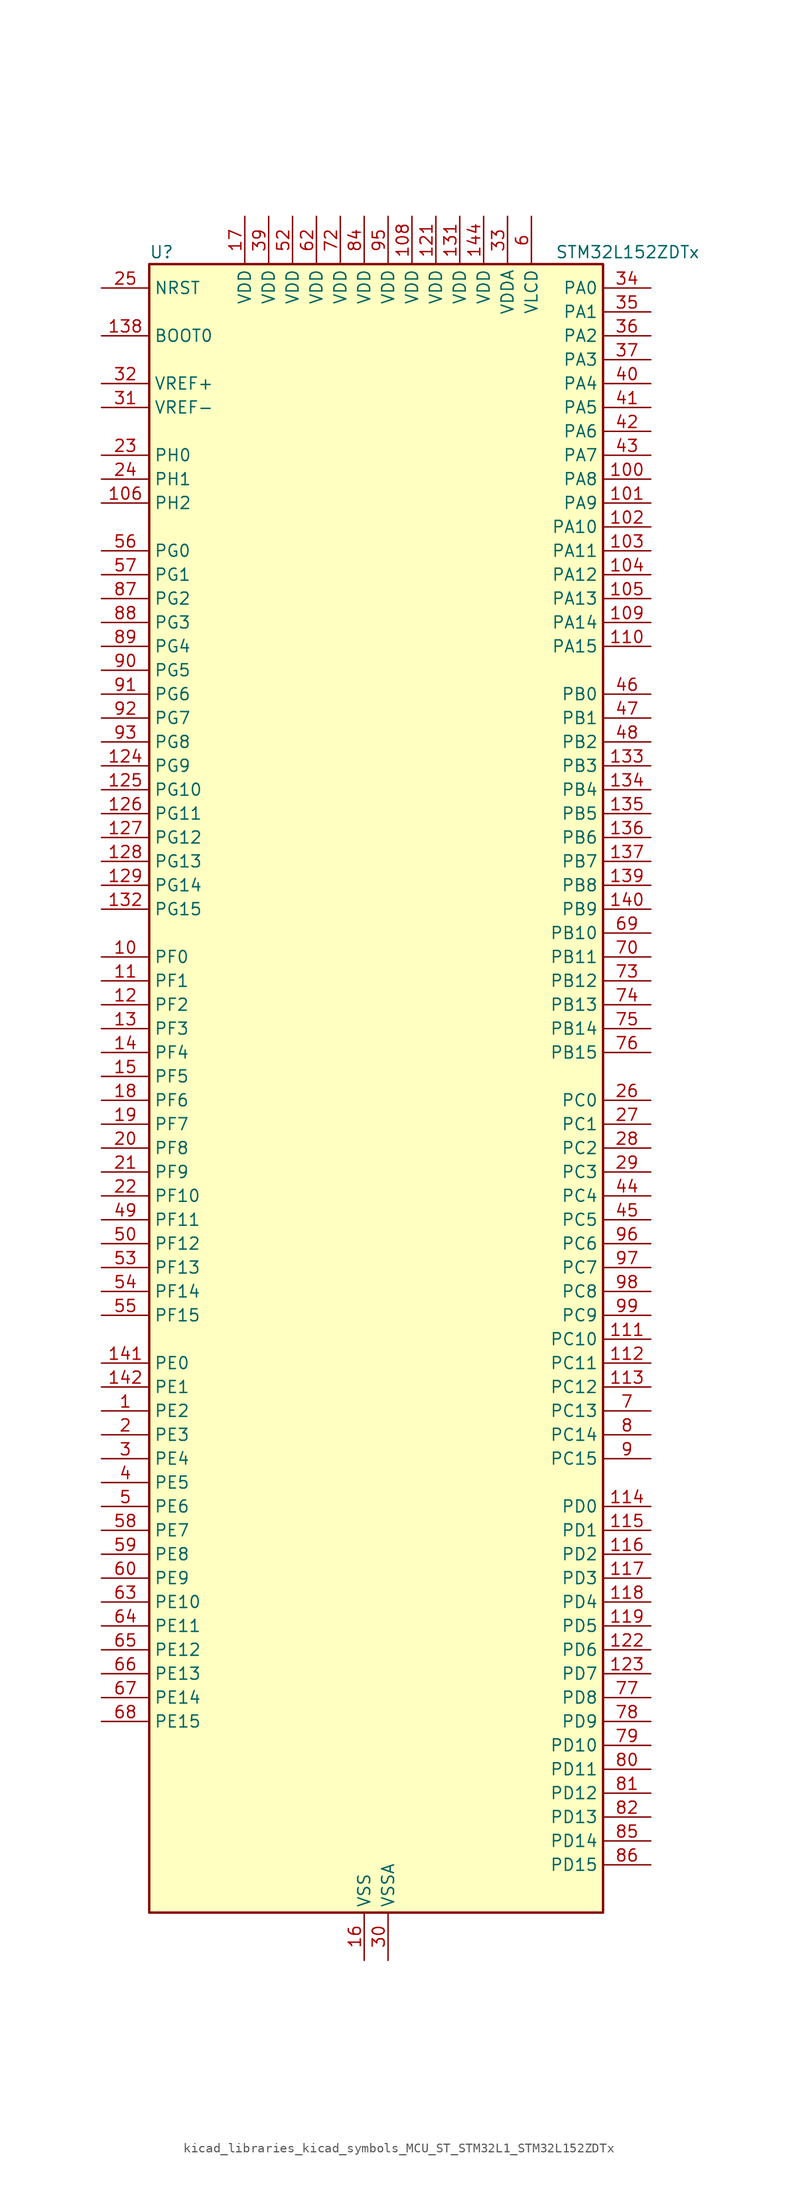
<source format=kicad_sym>
(kicad_symbol_lib
  (version 20220914)
  (generator kicad_symbol_editor)
  (symbol "kicad_libraries_kicad_symbols_MCU_ST_STM32L1_STM32L152ZDTx"
    (property "Reference" "U"
      (at -22.86 90.17 0)
      (effects (font (size 1.27 1.27)) (justify left)))
    (property "Value" "STM32L152ZDTx"
      (at 20.32 90.17 0)
      (effects (font (size 1.27 1.27)) (justify left)))
    (property "ki_locked" ""
      (at 0 0 0)
      (effects (font (size 1.27 1.27))))
    (symbol "kicad_libraries_kicad_symbols_MCU_ST_STM32L1_STM32L152ZDTx_0_1"
      (rectangle (start -22.86 -86.36) (end 25.4 88.9) (stroke (width 0.254) (type default)) (fill (type background))))
    (symbol "kicad_libraries_kicad_symbols_MCU_ST_STM32L1_STM32L152ZDTx_1_1"
      (pin bidirectional line (at -27.94 -33.02 0) (length 5.08) (name "PE2" (effects (font (size 1.27 1.27)))) (number "1" (effects (font (size 1.27 1.27)))) (alternate "FSMC_A23" bidirectional line) (alternate "LCD_SEG38" bidirectional line) (alternate "SYS_TRACECK" bidirectional line) (alternate "TIM3_ETR" bidirectional line) (alternate "TIMX_IC3" bidirectional line))
      (pin bidirectional line (at -27.94 15.24 0) (length 5.08) (name "PF0" (effects (font (size 1.27 1.27)))) (number "10" (effects (font (size 1.27 1.27)))) (alternate "FSMC_A0" bidirectional line))
      (pin bidirectional line (at 30.48 66.04 180) (length 5.08) (name "PA8" (effects (font (size 1.27 1.27)))) (number "100" (effects (font (size 1.27 1.27)))) (alternate "LCD_COM0" bidirectional line) (alternate "RCC_MCO" bidirectional line) (alternate "TIMX_IC1" bidirectional line) (alternate "TS_G4_IO1" bidirectional line) (alternate "USART1_CK" bidirectional line))
      (pin bidirectional line (at 30.48 63.5 180) (length 5.08) (name "PA9" (effects (font (size 1.27 1.27)))) (number "101" (effects (font (size 1.27 1.27)))) (alternate "DAC_EXTI9" bidirectional line) (alternate "LCD_COM1" bidirectional line) (alternate "TIMX_IC2" bidirectional line) (alternate "TS_G4_IO2" bidirectional line) (alternate "USART1_TX" bidirectional line))
      (pin bidirectional line (at 30.48 60.96 180) (length 5.08) (name "PA10" (effects (font (size 1.27 1.27)))) (number "102" (effects (font (size 1.27 1.27)))) (alternate "LCD_COM2" bidirectional line) (alternate "TIMX_IC3" bidirectional line) (alternate "TS_G4_IO3" bidirectional line) (alternate "USART1_RX" bidirectional line))
      (pin bidirectional line (at 30.48 58.42 180) (length 5.08) (name "PA11" (effects (font (size 1.27 1.27)))) (number "103" (effects (font (size 1.27 1.27)))) (alternate "ADC_EXTI11" bidirectional line) (alternate "SPI1_MISO" bidirectional line) (alternate "TIMX_IC4" bidirectional line) (alternate "USART1_CTS" bidirectional line) (alternate "USB_DM" bidirectional line))
      (pin bidirectional line (at 30.48 55.88 180) (length 5.08) (name "PA12" (effects (font (size 1.27 1.27)))) (number "104" (effects (font (size 1.27 1.27)))) (alternate "SPI1_MOSI" bidirectional line) (alternate "TIMX_IC1" bidirectional line) (alternate "USART1_RTS" bidirectional line) (alternate "USB_DP" bidirectional line))
      (pin bidirectional line (at 30.48 53.34 180) (length 5.08) (name "PA13" (effects (font (size 1.27 1.27)))) (number "105" (effects (font (size 1.27 1.27)))) (alternate "SYS_JTMS-SWDIO" bidirectional line) (alternate "TIMX_IC2" bidirectional line) (alternate "TS_G5_IO1" bidirectional line))
      (pin bidirectional line (at -27.94 63.5 0) (length 5.08) (name "PH2" (effects (font (size 1.27 1.27)))) (number "106" (effects (font (size 1.27 1.27)))) (alternate "FSMC_A22" bidirectional line))
      (pin passive line (at 0 -91.44 90) (length 5.08) hide (name "VSS" (effects (font (size 1.27 1.27)))) (number "107" (effects (font (size 1.27 1.27)))))
      (pin power_in line (at 5.08 93.98 270) (length 5.08) (name "VDD" (effects (font (size 1.27 1.27)))) (number "108" (effects (font (size 1.27 1.27)))))
      (pin bidirectional line (at 30.48 50.8 180) (length 5.08) (name "PA14" (effects (font (size 1.27 1.27)))) (number "109" (effects (font (size 1.27 1.27)))) (alternate "SYS_JTCK-SWCLK" bidirectional line) (alternate "TIMX_IC3" bidirectional line) (alternate "TS_G5_IO2" bidirectional line))
      (pin bidirectional line (at -27.94 12.7 0) (length 5.08) (name "PF1" (effects (font (size 1.27 1.27)))) (number "11" (effects (font (size 1.27 1.27)))) (alternate "FSMC_A1" bidirectional line))
      (pin bidirectional line (at 30.48 48.26 180) (length 5.08) (name "PA15" (effects (font (size 1.27 1.27)))) (number "110" (effects (font (size 1.27 1.27)))) (alternate "ADC_EXTI15" bidirectional line) (alternate "I2S3_WS" bidirectional line) (alternate "LCD_SEG17" bidirectional line) (alternate "SPI1_NSS" bidirectional line) (alternate "SPI3_NSS" bidirectional line) (alternate "SYS_JTDI" bidirectional line) (alternate "TIM2_CH1" bidirectional line) (alternate "TIM2_ETR" bidirectional line) (alternate "TIMX_IC4" bidirectional line) (alternate "TS_G5_IO3" bidirectional line))
      (pin bidirectional line (at 30.48 -25.4 180) (length 5.08) (name "PC10" (effects (font (size 1.27 1.27)))) (number "111" (effects (font (size 1.27 1.27)))) (alternate "I2S3_CK" bidirectional line) (alternate "LCD_COM4" bidirectional line) (alternate "LCD_SEG28" bidirectional line) (alternate "LCD_SEG40" bidirectional line) (alternate "SDIO_D2" bidirectional line) (alternate "SPI3_SCK" bidirectional line) (alternate "TIMX_IC3" bidirectional line) (alternate "UART4_TX" bidirectional line) (alternate "USART3_TX" bidirectional line))
      (pin bidirectional line (at 30.48 -27.94 180) (length 5.08) (name "PC11" (effects (font (size 1.27 1.27)))) (number "112" (effects (font (size 1.27 1.27)))) (alternate "ADC_EXTI11" bidirectional line) (alternate "LCD_COM5" bidirectional line) (alternate "LCD_SEG29" bidirectional line) (alternate "LCD_SEG41" bidirectional line) (alternate "SDIO_D3" bidirectional line) (alternate "SPI3_MISO" bidirectional line) (alternate "TIMX_IC4" bidirectional line) (alternate "UART4_RX" bidirectional line) (alternate "USART3_RX" bidirectional line))
      (pin bidirectional line (at 30.48 -30.48 180) (length 5.08) (name "PC12" (effects (font (size 1.27 1.27)))) (number "113" (effects (font (size 1.27 1.27)))) (alternate "I2S3_SD" bidirectional line) (alternate "LCD_COM6" bidirectional line) (alternate "LCD_SEG30" bidirectional line) (alternate "LCD_SEG42" bidirectional line) (alternate "SDIO_CK" bidirectional line) (alternate "SPI3_MOSI" bidirectional line) (alternate "TIMX_IC1" bidirectional line) (alternate "UART5_TX" bidirectional line) (alternate "USART3_CK" bidirectional line))
      (pin bidirectional line (at 30.48 -43.18 180) (length 5.08) (name "PD0" (effects (font (size 1.27 1.27)))) (number "114" (effects (font (size 1.27 1.27)))) (alternate "FSMC_D2" bidirectional line) (alternate "FSMC_DA2" bidirectional line) (alternate "I2S2_WS" bidirectional line) (alternate "SPI2_NSS" bidirectional line) (alternate "TIM9_CH1" bidirectional line) (alternate "TIMX_IC1" bidirectional line))
      (pin bidirectional line (at 30.48 -45.72 180) (length 5.08) (name "PD1" (effects (font (size 1.27 1.27)))) (number "115" (effects (font (size 1.27 1.27)))) (alternate "FSMC_D3" bidirectional line) (alternate "FSMC_DA3" bidirectional line) (alternate "I2S2_CK" bidirectional line) (alternate "SPI2_SCK" bidirectional line) (alternate "TIMX_IC2" bidirectional line))
      (pin bidirectional line (at 30.48 -48.26 180) (length 5.08) (name "PD2" (effects (font (size 1.27 1.27)))) (number "116" (effects (font (size 1.27 1.27)))) (alternate "LCD_COM7" bidirectional line) (alternate "LCD_SEG31" bidirectional line) (alternate "LCD_SEG43" bidirectional line) (alternate "SDIO_CMD" bidirectional line) (alternate "TIM3_ETR" bidirectional line) (alternate "TIMX_IC3" bidirectional line) (alternate "UART5_RX" bidirectional line))
      (pin bidirectional line (at 30.48 -50.8 180) (length 5.08) (name "PD3" (effects (font (size 1.27 1.27)))) (number "117" (effects (font (size 1.27 1.27)))) (alternate "FSMC_CLK" bidirectional line) (alternate "SPI2_MISO" bidirectional line) (alternate "TIMX_IC4" bidirectional line) (alternate "USART2_CTS" bidirectional line))
      (pin bidirectional line (at 30.48 -53.34 180) (length 5.08) (name "PD4" (effects (font (size 1.27 1.27)))) (number "118" (effects (font (size 1.27 1.27)))) (alternate "FSMC_NOE" bidirectional line) (alternate "I2S2_SD" bidirectional line) (alternate "SPI2_MOSI" bidirectional line) (alternate "TIMX_IC1" bidirectional line) (alternate "USART2_RTS" bidirectional line))
      (pin bidirectional line (at 30.48 -55.88 180) (length 5.08) (name "PD5" (effects (font (size 1.27 1.27)))) (number "119" (effects (font (size 1.27 1.27)))) (alternate "FSMC_NWE" bidirectional line) (alternate "TIMX_IC2" bidirectional line) (alternate "USART2_TX" bidirectional line))
      (pin bidirectional line (at -27.94 10.16 0) (length 5.08) (name "PF2" (effects (font (size 1.27 1.27)))) (number "12" (effects (font (size 1.27 1.27)))) (alternate "FSMC_A2" bidirectional line))
      (pin passive line (at 0 -91.44 90) (length 5.08) hide (name "VSS" (effects (font (size 1.27 1.27)))) (number "120" (effects (font (size 1.27 1.27)))))
      (pin power_in line (at 7.62 93.98 270) (length 5.08) (name "VDD" (effects (font (size 1.27 1.27)))) (number "121" (effects (font (size 1.27 1.27)))))
      (pin bidirectional line (at 30.48 -58.42 180) (length 5.08) (name "PD6" (effects (font (size 1.27 1.27)))) (number "122" (effects (font (size 1.27 1.27)))) (alternate "FSMC_NWAIT" bidirectional line) (alternate "TIMX_IC3" bidirectional line) (alternate "USART2_RX" bidirectional line))
      (pin bidirectional line (at 30.48 -60.96 180) (length 5.08) (name "PD7" (effects (font (size 1.27 1.27)))) (number "123" (effects (font (size 1.27 1.27)))) (alternate "FSMC_NE1" bidirectional line) (alternate "TIM9_CH2" bidirectional line) (alternate "TIMX_IC4" bidirectional line) (alternate "USART2_CK" bidirectional line))
      (pin bidirectional line (at -27.94 35.56 0) (length 5.08) (name "PG9" (effects (font (size 1.27 1.27)))) (number "124" (effects (font (size 1.27 1.27)))) (alternate "DAC_EXTI9" bidirectional line) (alternate "FSMC_NE2" bidirectional line))
      (pin bidirectional line (at -27.94 33.02 0) (length 5.08) (name "PG10" (effects (font (size 1.27 1.27)))) (number "125" (effects (font (size 1.27 1.27)))) (alternate "FSMC_NE3" bidirectional line))
      (pin bidirectional line (at -27.94 30.48 0) (length 5.08) (name "PG11" (effects (font (size 1.27 1.27)))) (number "126" (effects (font (size 1.27 1.27)))) (alternate "ADC_EXTI11" bidirectional line))
      (pin bidirectional line (at -27.94 27.94 0) (length 5.08) (name "PG12" (effects (font (size 1.27 1.27)))) (number "127" (effects (font (size 1.27 1.27)))) (alternate "FSMC_NE4" bidirectional line))
      (pin bidirectional line (at -27.94 25.4 0) (length 5.08) (name "PG13" (effects (font (size 1.27 1.27)))) (number "128" (effects (font (size 1.27 1.27)))) (alternate "FSMC_A24" bidirectional line))
      (pin bidirectional line (at -27.94 22.86 0) (length 5.08) (name "PG14" (effects (font (size 1.27 1.27)))) (number "129" (effects (font (size 1.27 1.27)))) (alternate "FSMC_A25" bidirectional line))
      (pin bidirectional line (at -27.94 7.62 0) (length 5.08) (name "PF3" (effects (font (size 1.27 1.27)))) (number "13" (effects (font (size 1.27 1.27)))) (alternate "FSMC_A3" bidirectional line))
      (pin passive line (at 0 -91.44 90) (length 5.08) hide (name "VSS" (effects (font (size 1.27 1.27)))) (number "130" (effects (font (size 1.27 1.27)))))
      (pin power_in line (at 10.16 93.98 270) (length 5.08) (name "VDD" (effects (font (size 1.27 1.27)))) (number "131" (effects (font (size 1.27 1.27)))))
      (pin bidirectional line (at -27.94 20.32 0) (length 5.08) (name "PG15" (effects (font (size 1.27 1.27)))) (number "132" (effects (font (size 1.27 1.27)))) (alternate "ADC_EXTI15" bidirectional line))
      (pin bidirectional line (at 30.48 35.56 180) (length 5.08) (name "PB3" (effects (font (size 1.27 1.27)))) (number "133" (effects (font (size 1.27 1.27)))) (alternate "COMP2_INM" bidirectional line) (alternate "I2S3_CK" bidirectional line) (alternate "LCD_SEG7" bidirectional line) (alternate "SPI1_SCK" bidirectional line) (alternate "SPI3_SCK" bidirectional line) (alternate "SYS_JTDO-TRACESWO" bidirectional line) (alternate "TIM2_CH2" bidirectional line))
      (pin bidirectional line (at 30.48 33.02 180) (length 5.08) (name "PB4" (effects (font (size 1.27 1.27)))) (number "134" (effects (font (size 1.27 1.27)))) (alternate "COMP2_INP" bidirectional line) (alternate "LCD_SEG8" bidirectional line) (alternate "SPI1_MISO" bidirectional line) (alternate "SPI3_MISO" bidirectional line) (alternate "SYS_JTRST" bidirectional line) (alternate "TIM3_CH1" bidirectional line) (alternate "TS_G6_IO1" bidirectional line))
      (pin bidirectional line (at 30.48 30.48 180) (length 5.08) (name "PB5" (effects (font (size 1.27 1.27)))) (number "135" (effects (font (size 1.27 1.27)))) (alternate "COMP2_INP" bidirectional line) (alternate "I2C1_SMBA" bidirectional line) (alternate "I2S3_SD" bidirectional line) (alternate "LCD_SEG9" bidirectional line) (alternate "SPI1_MOSI" bidirectional line) (alternate "SPI3_MOSI" bidirectional line) (alternate "TIM3_CH2" bidirectional line) (alternate "TS_G6_IO2" bidirectional line))
      (pin bidirectional line (at 30.48 27.94 180) (length 5.08) (name "PB6" (effects (font (size 1.27 1.27)))) (number "136" (effects (font (size 1.27 1.27)))) (alternate "COMP2_INP" bidirectional line) (alternate "I2C1_SCL" bidirectional line) (alternate "TIM4_CH1" bidirectional line) (alternate "TS_G6_IO3" bidirectional line) (alternate "USART1_TX" bidirectional line))
      (pin bidirectional line (at 30.48 25.4 180) (length 5.08) (name "PB7" (effects (font (size 1.27 1.27)))) (number "137" (effects (font (size 1.27 1.27)))) (alternate "COMP2_INP" bidirectional line) (alternate "FSMC_NL" bidirectional line) (alternate "I2C1_SDA" bidirectional line) (alternate "SYS_PVD_IN" bidirectional line) (alternate "TIM4_CH2" bidirectional line) (alternate "TS_G6_IO4" bidirectional line) (alternate "USART1_RX" bidirectional line))
      (pin input line (at -27.94 81.28 0) (length 5.08) (name "BOOT0" (effects (font (size 1.27 1.27)))) (number "138" (effects (font (size 1.27 1.27)))))
      (pin bidirectional line (at 30.48 22.86 180) (length 5.08) (name "PB8" (effects (font (size 1.27 1.27)))) (number "139" (effects (font (size 1.27 1.27)))) (alternate "I2C1_SCL" bidirectional line) (alternate "LCD_SEG16" bidirectional line) (alternate "SDIO_D4" bidirectional line) (alternate "TIM10_CH1" bidirectional line) (alternate "TIM4_CH3" bidirectional line))
      (pin bidirectional line (at -27.94 5.08 0) (length 5.08) (name "PF4" (effects (font (size 1.27 1.27)))) (number "14" (effects (font (size 1.27 1.27)))) (alternate "FSMC_A4" bidirectional line))
      (pin bidirectional line (at 30.48 20.32 180) (length 5.08) (name "PB9" (effects (font (size 1.27 1.27)))) (number "140" (effects (font (size 1.27 1.27)))) (alternate "DAC_EXTI9" bidirectional line) (alternate "I2C1_SDA" bidirectional line) (alternate "LCD_COM3" bidirectional line) (alternate "SDIO_D5" bidirectional line) (alternate "TIM11_CH1" bidirectional line) (alternate "TIM4_CH4" bidirectional line))
      (pin bidirectional line (at -27.94 -27.94 0) (length 5.08) (name "PE0" (effects (font (size 1.27 1.27)))) (number "141" (effects (font (size 1.27 1.27)))) (alternate "FSMC_NBL0" bidirectional line) (alternate "LCD_SEG36" bidirectional line) (alternate "TIM10_CH1" bidirectional line) (alternate "TIM4_ETR" bidirectional line) (alternate "TIMX_IC1" bidirectional line))
      (pin bidirectional line (at -27.94 -30.48 0) (length 5.08) (name "PE1" (effects (font (size 1.27 1.27)))) (number "142" (effects (font (size 1.27 1.27)))) (alternate "FSMC_NBL1" bidirectional line) (alternate "LCD_SEG37" bidirectional line) (alternate "TIM11_CH1" bidirectional line) (alternate "TIMX_IC2" bidirectional line))
      (pin passive line (at 0 -91.44 90) (length 5.08) hide (name "VSS" (effects (font (size 1.27 1.27)))) (number "143" (effects (font (size 1.27 1.27)))))
      (pin power_in line (at 12.7 93.98 270) (length 5.08) (name "VDD" (effects (font (size 1.27 1.27)))) (number "144" (effects (font (size 1.27 1.27)))))
      (pin bidirectional line (at -27.94 2.54 0) (length 5.08) (name "PF5" (effects (font (size 1.27 1.27)))) (number "15" (effects (font (size 1.27 1.27)))) (alternate "FSMC_A5" bidirectional line))
      (pin power_in line (at 0 -91.44 90) (length 5.08) (name "VSS" (effects (font (size 1.27 1.27)))) (number "16" (effects (font (size 1.27 1.27)))))
      (pin power_in line (at -12.7 93.98 270) (length 5.08) (name "VDD" (effects (font (size 1.27 1.27)))) (number "17" (effects (font (size 1.27 1.27)))))
      (pin bidirectional line (at -27.94 0 0) (length 5.08) (name "PF6" (effects (font (size 1.27 1.27)))) (number "18" (effects (font (size 1.27 1.27)))) (alternate "ADC_IN27" bidirectional line) (alternate "TIM5_CH1" bidirectional line) (alternate "TIM5_ETR" bidirectional line) (alternate "TS_G11_IO1" bidirectional line))
      (pin bidirectional line (at -27.94 -2.54 0) (length 5.08) (name "PF7" (effects (font (size 1.27 1.27)))) (number "19" (effects (font (size 1.27 1.27)))) (alternate "ADC_IN28" bidirectional line) (alternate "COMP1_INP" bidirectional line) (alternate "TIM5_CH2" bidirectional line) (alternate "TS_G11_IO2" bidirectional line))
      (pin bidirectional line (at -27.94 -35.56 0) (length 5.08) (name "PE3" (effects (font (size 1.27 1.27)))) (number "2" (effects (font (size 1.27 1.27)))) (alternate "FSMC_A19" bidirectional line) (alternate "LCD_SEG39" bidirectional line) (alternate "SYS_TRACED0" bidirectional line) (alternate "TIM3_CH1" bidirectional line) (alternate "TIMX_IC4" bidirectional line))
      (pin bidirectional line (at -27.94 -5.08 0) (length 5.08) (name "PF8" (effects (font (size 1.27 1.27)))) (number "20" (effects (font (size 1.27 1.27)))) (alternate "ADC_IN29" bidirectional line) (alternate "COMP1_INP" bidirectional line) (alternate "TIM5_CH3" bidirectional line) (alternate "TS_G11_IO3" bidirectional line))
      (pin bidirectional line (at -27.94 -7.62 0) (length 5.08) (name "PF9" (effects (font (size 1.27 1.27)))) (number "21" (effects (font (size 1.27 1.27)))) (alternate "ADC_IN30" bidirectional line) (alternate "COMP1_INP" bidirectional line) (alternate "DAC_EXTI9" bidirectional line) (alternate "TIM5_CH4" bidirectional line) (alternate "TS_G11_IO4" bidirectional line))
      (pin bidirectional line (at -27.94 -10.16 0) (length 5.08) (name "PF10" (effects (font (size 1.27 1.27)))) (number "22" (effects (font (size 1.27 1.27)))) (alternate "ADC_IN31" bidirectional line) (alternate "COMP1_INP" bidirectional line) (alternate "TS_G11_IO5" bidirectional line))
      (pin bidirectional line (at -27.94 68.58 0) (length 5.08) (name "PH0" (effects (font (size 1.27 1.27)))) (number "23" (effects (font (size 1.27 1.27)))) (alternate "RCC_OSC_IN" bidirectional line))
      (pin bidirectional line (at -27.94 66.04 0) (length 5.08) (name "PH1" (effects (font (size 1.27 1.27)))) (number "24" (effects (font (size 1.27 1.27)))) (alternate "RCC_OSC_OUT" bidirectional line))
      (pin input line (at -27.94 86.36 0) (length 5.08) (name "NRST" (effects (font (size 1.27 1.27)))) (number "25" (effects (font (size 1.27 1.27)))))
      (pin bidirectional line (at 30.48 0 180) (length 5.08) (name "PC0" (effects (font (size 1.27 1.27)))) (number "26" (effects (font (size 1.27 1.27)))) (alternate "ADC_IN10" bidirectional line) (alternate "COMP1_INP" bidirectional line) (alternate "LCD_SEG18" bidirectional line) (alternate "TIMX_IC1" bidirectional line) (alternate "TS_G8_IO1" bidirectional line))
      (pin bidirectional line (at 30.48 -2.54 180) (length 5.08) (name "PC1" (effects (font (size 1.27 1.27)))) (number "27" (effects (font (size 1.27 1.27)))) (alternate "ADC_IN11" bidirectional line) (alternate "COMP1_INP" bidirectional line) (alternate "LCD_SEG19" bidirectional line) (alternate "OPAMP3_VINP" bidirectional line) (alternate "TIMX_IC2" bidirectional line) (alternate "TS_G8_IO2" bidirectional line))
      (pin bidirectional line (at 30.48 -5.08 180) (length 5.08) (name "PC2" (effects (font (size 1.27 1.27)))) (number "28" (effects (font (size 1.27 1.27)))) (alternate "ADC_IN12" bidirectional line) (alternate "COMP1_INP" bidirectional line) (alternate "LCD_SEG20" bidirectional line) (alternate "OPAMP3_VINM" bidirectional line) (alternate "TIMX_IC3" bidirectional line) (alternate "TS_G8_IO3" bidirectional line))
      (pin bidirectional line (at 30.48 -7.62 180) (length 5.08) (name "PC3" (effects (font (size 1.27 1.27)))) (number "29" (effects (font (size 1.27 1.27)))) (alternate "ADC_IN13" bidirectional line) (alternate "COMP1_INP" bidirectional line) (alternate "LCD_SEG21" bidirectional line) (alternate "OPAMP3_VOUT" bidirectional line) (alternate "TIMX_IC4" bidirectional line) (alternate "TS_G8_IO4" bidirectional line))
      (pin bidirectional line (at -27.94 -38.1 0) (length 5.08) (name "PE4" (effects (font (size 1.27 1.27)))) (number "3" (effects (font (size 1.27 1.27)))) (alternate "FSMC_A20" bidirectional line) (alternate "SYS_TRACED1" bidirectional line) (alternate "TIM3_CH2" bidirectional line) (alternate "TIMX_IC1" bidirectional line))
      (pin power_in line (at 2.54 -91.44 90) (length 5.08) (name "VSSA" (effects (font (size 1.27 1.27)))) (number "30" (effects (font (size 1.27 1.27)))))
      (pin input line (at -27.94 73.66 0) (length 5.08) (name "VREF-" (effects (font (size 1.27 1.27)))) (number "31" (effects (font (size 1.27 1.27)))))
      (pin input line (at -27.94 76.2 0) (length 5.08) (name "VREF+" (effects (font (size 1.27 1.27)))) (number "32" (effects (font (size 1.27 1.27)))))
      (pin power_in line (at 15.24 93.98 270) (length 5.08) (name "VDDA" (effects (font (size 1.27 1.27)))) (number "33" (effects (font (size 1.27 1.27)))))
      (pin bidirectional line (at 30.48 86.36 180) (length 5.08) (name "PA0" (effects (font (size 1.27 1.27)))) (number "34" (effects (font (size 1.27 1.27)))) (alternate "ADC_IN0" bidirectional line) (alternate "COMP1_INP" bidirectional line) (alternate "RTC_TAMP2" bidirectional line) (alternate "SYS_WKUP1" bidirectional line) (alternate "TIM2_CH1" bidirectional line) (alternate "TIM2_ETR" bidirectional line) (alternate "TIM5_CH1" bidirectional line) (alternate "TIMX_IC1" bidirectional line) (alternate "TS_G1_IO1" bidirectional line) (alternate "USART2_CTS" bidirectional line))
      (pin bidirectional line (at 30.48 83.82 180) (length 5.08) (name "PA1" (effects (font (size 1.27 1.27)))) (number "35" (effects (font (size 1.27 1.27)))) (alternate "ADC_IN1" bidirectional line) (alternate "COMP1_INP" bidirectional line) (alternate "LCD_SEG0" bidirectional line) (alternate "OPAMP1_VINP" bidirectional line) (alternate "TIM2_CH2" bidirectional line) (alternate "TIM5_CH2" bidirectional line) (alternate "TIMX_IC2" bidirectional line) (alternate "TS_G1_IO2" bidirectional line) (alternate "USART2_RTS" bidirectional line))
      (pin bidirectional line (at 30.48 81.28 180) (length 5.08) (name "PA2" (effects (font (size 1.27 1.27)))) (number "36" (effects (font (size 1.27 1.27)))) (alternate "ADC_IN2" bidirectional line) (alternate "COMP1_INP" bidirectional line) (alternate "LCD_SEG1" bidirectional line) (alternate "OPAMP1_VINM" bidirectional line) (alternate "TIM2_CH3" bidirectional line) (alternate "TIM5_CH3" bidirectional line) (alternate "TIM9_CH1" bidirectional line) (alternate "TIMX_IC3" bidirectional line) (alternate "TS_G1_IO3" bidirectional line) (alternate "USART2_TX" bidirectional line))
      (pin bidirectional line (at 30.48 78.74 180) (length 5.08) (name "PA3" (effects (font (size 1.27 1.27)))) (number "37" (effects (font (size 1.27 1.27)))) (alternate "ADC_IN3" bidirectional line) (alternate "COMP1_INP" bidirectional line) (alternate "LCD_SEG2" bidirectional line) (alternate "OPAMP1_VOUT" bidirectional line) (alternate "TIM2_CH4" bidirectional line) (alternate "TIM5_CH4" bidirectional line) (alternate "TIM9_CH2" bidirectional line) (alternate "TIMX_IC4" bidirectional line) (alternate "TS_G1_IO4" bidirectional line) (alternate "USART2_RX" bidirectional line))
      (pin passive line (at 0 -91.44 90) (length 5.08) hide (name "VSS" (effects (font (size 1.27 1.27)))) (number "38" (effects (font (size 1.27 1.27)))))
      (pin power_in line (at -10.16 93.98 270) (length 5.08) (name "VDD" (effects (font (size 1.27 1.27)))) (number "39" (effects (font (size 1.27 1.27)))))
      (pin bidirectional line (at -27.94 -40.64 0) (length 5.08) (name "PE5" (effects (font (size 1.27 1.27)))) (number "4" (effects (font (size 1.27 1.27)))) (alternate "FSMC_A21" bidirectional line) (alternate "SYS_TRACED2" bidirectional line) (alternate "TIM9_CH1" bidirectional line) (alternate "TIMX_IC2" bidirectional line))
      (pin bidirectional line (at 30.48 76.2 180) (length 5.08) (name "PA4" (effects (font (size 1.27 1.27)))) (number "40" (effects (font (size 1.27 1.27)))) (alternate "ADC_IN4" bidirectional line) (alternate "COMP1_INP" bidirectional line) (alternate "DAC_OUT1" bidirectional line) (alternate "I2S3_WS" bidirectional line) (alternate "SPI1_NSS" bidirectional line) (alternate "SPI3_NSS" bidirectional line) (alternate "TIMX_IC1" bidirectional line) (alternate "USART2_CK" bidirectional line))
      (pin bidirectional line (at 30.48 73.66 180) (length 5.08) (name "PA5" (effects (font (size 1.27 1.27)))) (number "41" (effects (font (size 1.27 1.27)))) (alternate "ADC_IN5" bidirectional line) (alternate "COMP1_INP" bidirectional line) (alternate "DAC_OUT2" bidirectional line) (alternate "SPI1_SCK" bidirectional line) (alternate "TIM2_CH1" bidirectional line) (alternate "TIM2_ETR" bidirectional line) (alternate "TIMX_IC2" bidirectional line))
      (pin bidirectional line (at 30.48 71.12 180) (length 5.08) (name "PA6" (effects (font (size 1.27 1.27)))) (number "42" (effects (font (size 1.27 1.27)))) (alternate "ADC_IN6" bidirectional line) (alternate "COMP1_INP" bidirectional line) (alternate "LCD_SEG3" bidirectional line) (alternate "OPAMP2_VINP" bidirectional line) (alternate "SPI1_MISO" bidirectional line) (alternate "TIM10_CH1" bidirectional line) (alternate "TIM3_CH1" bidirectional line) (alternate "TIMX_IC3" bidirectional line) (alternate "TS_G2_IO1" bidirectional line))
      (pin bidirectional line (at 30.48 68.58 180) (length 5.08) (name "PA7" (effects (font (size 1.27 1.27)))) (number "43" (effects (font (size 1.27 1.27)))) (alternate "ADC_IN7" bidirectional line) (alternate "COMP1_INP" bidirectional line) (alternate "LCD_SEG4" bidirectional line) (alternate "OPAMP2_VINM" bidirectional line) (alternate "SPI1_MOSI" bidirectional line) (alternate "TIM11_CH1" bidirectional line) (alternate "TIM3_CH2" bidirectional line) (alternate "TIMX_IC4" bidirectional line) (alternate "TS_G2_IO2" bidirectional line))
      (pin bidirectional line (at 30.48 -10.16 180) (length 5.08) (name "PC4" (effects (font (size 1.27 1.27)))) (number "44" (effects (font (size 1.27 1.27)))) (alternate "ADC_IN14" bidirectional line) (alternate "COMP1_INP" bidirectional line) (alternate "LCD_SEG22" bidirectional line) (alternate "TIMX_IC1" bidirectional line) (alternate "TS_G9_IO1" bidirectional line))
      (pin bidirectional line (at 30.48 -12.7 180) (length 5.08) (name "PC5" (effects (font (size 1.27 1.27)))) (number "45" (effects (font (size 1.27 1.27)))) (alternate "ADC_IN15" bidirectional line) (alternate "COMP1_INP" bidirectional line) (alternate "LCD_SEG23" bidirectional line) (alternate "TIMX_IC2" bidirectional line) (alternate "TS_G9_IO2" bidirectional line))
      (pin bidirectional line (at 30.48 43.18 180) (length 5.08) (name "PB0" (effects (font (size 1.27 1.27)))) (number "46" (effects (font (size 1.27 1.27)))) (alternate "ADC_IN8" bidirectional line) (alternate "COMP1_INP" bidirectional line) (alternate "LCD_SEG5" bidirectional line) (alternate "OPAMP2_VOUT" bidirectional line) (alternate "SYS_V_REF_OUT" bidirectional line) (alternate "TIM3_CH3" bidirectional line) (alternate "TS_G3_IO1" bidirectional line))
      (pin bidirectional line (at 30.48 40.64 180) (length 5.08) (name "PB1" (effects (font (size 1.27 1.27)))) (number "47" (effects (font (size 1.27 1.27)))) (alternate "ADC_IN9" bidirectional line) (alternate "COMP1_INP" bidirectional line) (alternate "LCD_SEG6" bidirectional line) (alternate "SYS_V_REF_OUT" bidirectional line) (alternate "TIM3_CH4" bidirectional line) (alternate "TS_G3_IO2" bidirectional line))
      (pin bidirectional line (at 30.48 38.1 180) (length 5.08) (name "PB2" (effects (font (size 1.27 1.27)))) (number "48" (effects (font (size 1.27 1.27)))) (alternate "ADC_IN0b" bidirectional line) (alternate "TS_G3_IO3" bidirectional line))
      (pin bidirectional line (at -27.94 -12.7 0) (length 5.08) (name "PF11" (effects (font (size 1.27 1.27)))) (number "49" (effects (font (size 1.27 1.27)))) (alternate "ADC_EXTI11" bidirectional line) (alternate "ADC_IN1b" bidirectional line) (alternate "TS_G3_IO4" bidirectional line))
      (pin bidirectional line (at -27.94 -43.18 0) (length 5.08) (name "PE6" (effects (font (size 1.27 1.27)))) (number "5" (effects (font (size 1.27 1.27)))) (alternate "RTC_TAMP3" bidirectional line) (alternate "SYS_TRACED3" bidirectional line) (alternate "SYS_WKUP3" bidirectional line) (alternate "TIM9_CH2" bidirectional line) (alternate "TIMX_IC3" bidirectional line))
      (pin bidirectional line (at -27.94 -15.24 0) (length 5.08) (name "PF12" (effects (font (size 1.27 1.27)))) (number "50" (effects (font (size 1.27 1.27)))) (alternate "ADC_IN2b" bidirectional line) (alternate "FSMC_A6" bidirectional line) (alternate "TS_G3_IO5" bidirectional line))
      (pin passive line (at 0 -91.44 90) (length 5.08) hide (name "VSS" (effects (font (size 1.27 1.27)))) (number "51" (effects (font (size 1.27 1.27)))))
      (pin power_in line (at -7.62 93.98 270) (length 5.08) (name "VDD" (effects (font (size 1.27 1.27)))) (number "52" (effects (font (size 1.27 1.27)))))
      (pin bidirectional line (at -27.94 -17.78 0) (length 5.08) (name "PF13" (effects (font (size 1.27 1.27)))) (number "53" (effects (font (size 1.27 1.27)))) (alternate "ADC_IN3b" bidirectional line) (alternate "FSMC_A7" bidirectional line) (alternate "TS_G9_IO3" bidirectional line))
      (pin bidirectional line (at -27.94 -20.32 0) (length 5.08) (name "PF14" (effects (font (size 1.27 1.27)))) (number "54" (effects (font (size 1.27 1.27)))) (alternate "ADC_IN6b" bidirectional line) (alternate "FSMC_A8" bidirectional line) (alternate "TS_G9_IO4" bidirectional line))
      (pin bidirectional line (at -27.94 -22.86 0) (length 5.08) (name "PF15" (effects (font (size 1.27 1.27)))) (number "55" (effects (font (size 1.27 1.27)))) (alternate "ADC_EXTI15" bidirectional line) (alternate "ADC_IN7b" bidirectional line) (alternate "FSMC_A9" bidirectional line) (alternate "TS_G2_IO3" bidirectional line))
      (pin bidirectional line (at -27.94 58.42 0) (length 5.08) (name "PG0" (effects (font (size 1.27 1.27)))) (number "56" (effects (font (size 1.27 1.27)))) (alternate "ADC_IN8b" bidirectional line) (alternate "FSMC_A10" bidirectional line) (alternate "TS_G2_IO4" bidirectional line))
      (pin bidirectional line (at -27.94 55.88 0) (length 5.08) (name "PG1" (effects (font (size 1.27 1.27)))) (number "57" (effects (font (size 1.27 1.27)))) (alternate "ADC_IN9b" bidirectional line) (alternate "FSMC_A11" bidirectional line) (alternate "TS_G2_IO5" bidirectional line))
      (pin bidirectional line (at -27.94 -45.72 0) (length 5.08) (name "PE7" (effects (font (size 1.27 1.27)))) (number "58" (effects (font (size 1.27 1.27)))) (alternate "ADC_IN22" bidirectional line) (alternate "COMP1_INP" bidirectional line) (alternate "FSMC_D4" bidirectional line) (alternate "FSMC_DA4" bidirectional line) (alternate "TIMX_IC4" bidirectional line))
      (pin bidirectional line (at -27.94 -48.26 0) (length 5.08) (name "PE8" (effects (font (size 1.27 1.27)))) (number "59" (effects (font (size 1.27 1.27)))) (alternate "ADC_IN23" bidirectional line) (alternate "COMP1_INP" bidirectional line) (alternate "FSMC_D5" bidirectional line) (alternate "FSMC_DA5" bidirectional line) (alternate "TIMX_IC1" bidirectional line))
      (pin power_in line (at 17.78 93.98 270) (length 5.08) (name "VLCD" (effects (font (size 1.27 1.27)))) (number "6" (effects (font (size 1.27 1.27)))))
      (pin bidirectional line (at -27.94 -50.8 0) (length 5.08) (name "PE9" (effects (font (size 1.27 1.27)))) (number "60" (effects (font (size 1.27 1.27)))) (alternate "ADC_IN24" bidirectional line) (alternate "COMP1_INP" bidirectional line) (alternate "DAC_EXTI9" bidirectional line) (alternate "FSMC_D6" bidirectional line) (alternate "FSMC_DA6" bidirectional line) (alternate "TIM2_CH1" bidirectional line) (alternate "TIM2_ETR" bidirectional line) (alternate "TIMX_IC2" bidirectional line))
      (pin passive line (at 0 -91.44 90) (length 5.08) hide (name "VSS" (effects (font (size 1.27 1.27)))) (number "61" (effects (font (size 1.27 1.27)))))
      (pin power_in line (at -5.08 93.98 270) (length 5.08) (name "VDD" (effects (font (size 1.27 1.27)))) (number "62" (effects (font (size 1.27 1.27)))))
      (pin bidirectional line (at -27.94 -53.34 0) (length 5.08) (name "PE10" (effects (font (size 1.27 1.27)))) (number "63" (effects (font (size 1.27 1.27)))) (alternate "ADC_IN25" bidirectional line) (alternate "COMP1_INP" bidirectional line) (alternate "FSMC_D7" bidirectional line) (alternate "FSMC_DA7" bidirectional line) (alternate "TIM2_CH2" bidirectional line) (alternate "TIMX_IC3" bidirectional line))
      (pin bidirectional line (at -27.94 -55.88 0) (length 5.08) (name "PE11" (effects (font (size 1.27 1.27)))) (number "64" (effects (font (size 1.27 1.27)))) (alternate "ADC_EXTI11" bidirectional line) (alternate "FSMC_D8" bidirectional line) (alternate "FSMC_DA8" bidirectional line) (alternate "TIM2_CH3" bidirectional line) (alternate "TIMX_IC4" bidirectional line))
      (pin bidirectional line (at -27.94 -58.42 0) (length 5.08) (name "PE12" (effects (font (size 1.27 1.27)))) (number "65" (effects (font (size 1.27 1.27)))) (alternate "FSMC_D9" bidirectional line) (alternate "FSMC_DA9" bidirectional line) (alternate "SPI1_NSS" bidirectional line) (alternate "TIM2_CH4" bidirectional line) (alternate "TIMX_IC1" bidirectional line))
      (pin bidirectional line (at -27.94 -60.96 0) (length 5.08) (name "PE13" (effects (font (size 1.27 1.27)))) (number "66" (effects (font (size 1.27 1.27)))) (alternate "FSMC_D10" bidirectional line) (alternate "FSMC_DA10" bidirectional line) (alternate "SPI1_SCK" bidirectional line) (alternate "TIMX_IC2" bidirectional line))
      (pin bidirectional line (at -27.94 -63.5 0) (length 5.08) (name "PE14" (effects (font (size 1.27 1.27)))) (number "67" (effects (font (size 1.27 1.27)))) (alternate "FSMC_D11" bidirectional line) (alternate "FSMC_DA11" bidirectional line) (alternate "SPI1_MISO" bidirectional line) (alternate "TIMX_IC3" bidirectional line))
      (pin bidirectional line (at -27.94 -66.04 0) (length 5.08) (name "PE15" (effects (font (size 1.27 1.27)))) (number "68" (effects (font (size 1.27 1.27)))) (alternate "ADC_EXTI15" bidirectional line) (alternate "FSMC_D12" bidirectional line) (alternate "FSMC_DA12" bidirectional line) (alternate "SPI1_MOSI" bidirectional line) (alternate "TIMX_IC4" bidirectional line))
      (pin bidirectional line (at 30.48 17.78 180) (length 5.08) (name "PB10" (effects (font (size 1.27 1.27)))) (number "69" (effects (font (size 1.27 1.27)))) (alternate "I2C2_SCL" bidirectional line) (alternate "LCD_SEG10" bidirectional line) (alternate "TIM2_CH3" bidirectional line) (alternate "USART3_TX" bidirectional line))
      (pin bidirectional line (at 30.48 -33.02 180) (length 5.08) (name "PC13" (effects (font (size 1.27 1.27)))) (number "7" (effects (font (size 1.27 1.27)))) (alternate "RTC_OUT_ALARM" bidirectional line) (alternate "RTC_OUT_CALIB" bidirectional line) (alternate "RTC_TAMP1" bidirectional line) (alternate "RTC_TS" bidirectional line) (alternate "SYS_WKUP2" bidirectional line) (alternate "TIMX_IC2" bidirectional line))
      (pin bidirectional line (at 30.48 15.24 180) (length 5.08) (name "PB11" (effects (font (size 1.27 1.27)))) (number "70" (effects (font (size 1.27 1.27)))) (alternate "ADC_EXTI11" bidirectional line) (alternate "I2C2_SDA" bidirectional line) (alternate "LCD_SEG11" bidirectional line) (alternate "TIM2_CH4" bidirectional line) (alternate "USART3_RX" bidirectional line))
      (pin passive line (at 0 -91.44 90) (length 5.08) hide (name "VSS" (effects (font (size 1.27 1.27)))) (number "71" (effects (font (size 1.27 1.27)))))
      (pin power_in line (at -2.54 93.98 270) (length 5.08) (name "VDD" (effects (font (size 1.27 1.27)))) (number "72" (effects (font (size 1.27 1.27)))))
      (pin bidirectional line (at 30.48 12.7 180) (length 5.08) (name "PB12" (effects (font (size 1.27 1.27)))) (number "73" (effects (font (size 1.27 1.27)))) (alternate "ADC_IN18" bidirectional line) (alternate "COMP1_INP" bidirectional line) (alternate "I2C2_SMBA" bidirectional line) (alternate "I2S2_WS" bidirectional line) (alternate "LCD_SEG12" bidirectional line) (alternate "SPI2_NSS" bidirectional line) (alternate "TIM10_CH1" bidirectional line) (alternate "TS_G7_IO1" bidirectional line) (alternate "USART3_CK" bidirectional line))
      (pin bidirectional line (at 30.48 10.16 180) (length 5.08) (name "PB13" (effects (font (size 1.27 1.27)))) (number "74" (effects (font (size 1.27 1.27)))) (alternate "ADC_IN19" bidirectional line) (alternate "COMP1_INP" bidirectional line) (alternate "I2S2_CK" bidirectional line) (alternate "LCD_SEG13" bidirectional line) (alternate "SPI2_SCK" bidirectional line) (alternate "TIM9_CH1" bidirectional line) (alternate "TS_G7_IO2" bidirectional line) (alternate "USART3_CTS" bidirectional line))
      (pin bidirectional line (at 30.48 7.62 180) (length 5.08) (name "PB14" (effects (font (size 1.27 1.27)))) (number "75" (effects (font (size 1.27 1.27)))) (alternate "ADC_IN20" bidirectional line) (alternate "COMP1_INP" bidirectional line) (alternate "LCD_SEG14" bidirectional line) (alternate "SPI2_MISO" bidirectional line) (alternate "TIM9_CH2" bidirectional line) (alternate "TS_G7_IO3" bidirectional line) (alternate "USART3_RTS" bidirectional line))
      (pin bidirectional line (at 30.48 5.08 180) (length 5.08) (name "PB15" (effects (font (size 1.27 1.27)))) (number "76" (effects (font (size 1.27 1.27)))) (alternate "ADC_EXTI15" bidirectional line) (alternate "ADC_IN21" bidirectional line) (alternate "COMP1_INP" bidirectional line) (alternate "I2S2_SD" bidirectional line) (alternate "LCD_SEG15" bidirectional line) (alternate "RTC_REFIN" bidirectional line) (alternate "SPI2_MOSI" bidirectional line) (alternate "TIM11_CH1" bidirectional line) (alternate "TS_G7_IO4" bidirectional line))
      (pin bidirectional line (at 30.48 -63.5 180) (length 5.08) (name "PD8" (effects (font (size 1.27 1.27)))) (number "77" (effects (font (size 1.27 1.27)))) (alternate "FSMC_D13" bidirectional line) (alternate "FSMC_DA13" bidirectional line) (alternate "LCD_SEG28" bidirectional line) (alternate "TIMX_IC1" bidirectional line) (alternate "USART3_TX" bidirectional line))
      (pin bidirectional line (at 30.48 -66.04 180) (length 5.08) (name "PD9" (effects (font (size 1.27 1.27)))) (number "78" (effects (font (size 1.27 1.27)))) (alternate "DAC_EXTI9" bidirectional line) (alternate "FSMC_D14" bidirectional line) (alternate "FSMC_DA14" bidirectional line) (alternate "LCD_SEG29" bidirectional line) (alternate "TIMX_IC2" bidirectional line) (alternate "USART3_RX" bidirectional line))
      (pin bidirectional line (at 30.48 -68.58 180) (length 5.08) (name "PD10" (effects (font (size 1.27 1.27)))) (number "79" (effects (font (size 1.27 1.27)))) (alternate "FSMC_D15" bidirectional line) (alternate "FSMC_DA15" bidirectional line) (alternate "LCD_SEG30" bidirectional line) (alternate "TIMX_IC3" bidirectional line) (alternate "USART3_CK" bidirectional line))
      (pin bidirectional line (at 30.48 -35.56 180) (length 5.08) (name "PC14" (effects (font (size 1.27 1.27)))) (number "8" (effects (font (size 1.27 1.27)))) (alternate "RCC_OSC32_IN" bidirectional line) (alternate "TIMX_IC3" bidirectional line))
      (pin bidirectional line (at 30.48 -71.12 180) (length 5.08) (name "PD11" (effects (font (size 1.27 1.27)))) (number "80" (effects (font (size 1.27 1.27)))) (alternate "ADC_EXTI11" bidirectional line) (alternate "FSMC_A16" bidirectional line) (alternate "LCD_SEG31" bidirectional line) (alternate "TIMX_IC4" bidirectional line) (alternate "USART3_CTS" bidirectional line))
      (pin bidirectional line (at 30.48 -73.66 180) (length 5.08) (name "PD12" (effects (font (size 1.27 1.27)))) (number "81" (effects (font (size 1.27 1.27)))) (alternate "FSMC_A17" bidirectional line) (alternate "LCD_SEG32" bidirectional line) (alternate "TIM4_CH1" bidirectional line) (alternate "TIMX_IC1" bidirectional line) (alternate "USART3_RTS" bidirectional line))
      (pin bidirectional line (at 30.48 -76.2 180) (length 5.08) (name "PD13" (effects (font (size 1.27 1.27)))) (number "82" (effects (font (size 1.27 1.27)))) (alternate "FSMC_A18" bidirectional line) (alternate "LCD_SEG33" bidirectional line) (alternate "TIM4_CH2" bidirectional line) (alternate "TIMX_IC2" bidirectional line))
      (pin passive line (at 0 -91.44 90) (length 5.08) hide (name "VSS" (effects (font (size 1.27 1.27)))) (number "83" (effects (font (size 1.27 1.27)))))
      (pin power_in line (at 0 93.98 270) (length 5.08) (name "VDD" (effects (font (size 1.27 1.27)))) (number "84" (effects (font (size 1.27 1.27)))))
      (pin bidirectional line (at 30.48 -78.74 180) (length 5.08) (name "PD14" (effects (font (size 1.27 1.27)))) (number "85" (effects (font (size 1.27 1.27)))) (alternate "FSMC_D0" bidirectional line) (alternate "FSMC_DA0" bidirectional line) (alternate "LCD_SEG34" bidirectional line) (alternate "TIM4_CH3" bidirectional line) (alternate "TIMX_IC3" bidirectional line))
      (pin bidirectional line (at 30.48 -81.28 180) (length 5.08) (name "PD15" (effects (font (size 1.27 1.27)))) (number "86" (effects (font (size 1.27 1.27)))) (alternate "ADC_EXTI15" bidirectional line) (alternate "FSMC_D1" bidirectional line) (alternate "FSMC_DA1" bidirectional line) (alternate "LCD_SEG35" bidirectional line) (alternate "TIM4_CH4" bidirectional line) (alternate "TIMX_IC4" bidirectional line))
      (pin bidirectional line (at -27.94 53.34 0) (length 5.08) (name "PG2" (effects (font (size 1.27 1.27)))) (number "87" (effects (font (size 1.27 1.27)))) (alternate "ADC_IN10b" bidirectional line) (alternate "FSMC_A12" bidirectional line) (alternate "TS_G7_IO5" bidirectional line))
      (pin bidirectional line (at -27.94 50.8 0) (length 5.08) (name "PG3" (effects (font (size 1.27 1.27)))) (number "88" (effects (font (size 1.27 1.27)))) (alternate "ADC_IN11b" bidirectional line) (alternate "FSMC_A13" bidirectional line) (alternate "TS_G7_IO6" bidirectional line))
      (pin bidirectional line (at -27.94 48.26 0) (length 5.08) (name "PG4" (effects (font (size 1.27 1.27)))) (number "89" (effects (font (size 1.27 1.27)))) (alternate "ADC_IN12b" bidirectional line) (alternate "FSMC_A14" bidirectional line) (alternate "TS_G7_IO7" bidirectional line))
      (pin bidirectional line (at 30.48 -38.1 180) (length 5.08) (name "PC15" (effects (font (size 1.27 1.27)))) (number "9" (effects (font (size 1.27 1.27)))) (alternate "ADC_EXTI15" bidirectional line) (alternate "RCC_OSC32_OUT" bidirectional line) (alternate "TIMX_IC4" bidirectional line))
      (pin bidirectional line (at -27.94 45.72 0) (length 5.08) (name "PG5" (effects (font (size 1.27 1.27)))) (number "90" (effects (font (size 1.27 1.27)))) (alternate "FSMC_A15" bidirectional line))
      (pin bidirectional line (at -27.94 43.18 0) (length 5.08) (name "PG6" (effects (font (size 1.27 1.27)))) (number "91" (effects (font (size 1.27 1.27)))))
      (pin bidirectional line (at -27.94 40.64 0) (length 5.08) (name "PG7" (effects (font (size 1.27 1.27)))) (number "92" (effects (font (size 1.27 1.27)))))
      (pin bidirectional line (at -27.94 38.1 0) (length 5.08) (name "PG8" (effects (font (size 1.27 1.27)))) (number "93" (effects (font (size 1.27 1.27)))))
      (pin passive line (at 0 -91.44 90) (length 5.08) hide (name "VSS" (effects (font (size 1.27 1.27)))) (number "94" (effects (font (size 1.27 1.27)))))
      (pin power_in line (at 2.54 93.98 270) (length 5.08) (name "VDD" (effects (font (size 1.27 1.27)))) (number "95" (effects (font (size 1.27 1.27)))))
      (pin bidirectional line (at 30.48 -15.24 180) (length 5.08) (name "PC6" (effects (font (size 1.27 1.27)))) (number "96" (effects (font (size 1.27 1.27)))) (alternate "I2S2_MCK" bidirectional line) (alternate "LCD_SEG24" bidirectional line) (alternate "SDIO_D6" bidirectional line) (alternate "TIM3_CH1" bidirectional line) (alternate "TIMX_IC3" bidirectional line) (alternate "TS_G10_IO1" bidirectional line))
      (pin bidirectional line (at 30.48 -17.78 180) (length 5.08) (name "PC7" (effects (font (size 1.27 1.27)))) (number "97" (effects (font (size 1.27 1.27)))) (alternate "I2S3_MCK" bidirectional line) (alternate "LCD_SEG25" bidirectional line) (alternate "SDIO_D7" bidirectional line) (alternate "TIM3_CH2" bidirectional line) (alternate "TIMX_IC4" bidirectional line) (alternate "TS_G10_IO2" bidirectional line))
      (pin bidirectional line (at 30.48 -20.32 180) (length 5.08) (name "PC8" (effects (font (size 1.27 1.27)))) (number "98" (effects (font (size 1.27 1.27)))) (alternate "LCD_SEG26" bidirectional line) (alternate "SDIO_D0" bidirectional line) (alternate "TIM3_CH3" bidirectional line) (alternate "TIMX_IC1" bidirectional line) (alternate "TS_G10_IO3" bidirectional line))
      (pin bidirectional line (at 30.48 -22.86 180) (length 5.08) (name "PC9" (effects (font (size 1.27 1.27)))) (number "99" (effects (font (size 1.27 1.27)))) (alternate "DAC_EXTI9" bidirectional line) (alternate "LCD_SEG27" bidirectional line) (alternate "SDIO_D1" bidirectional line) (alternate "TIM3_CH4" bidirectional line) (alternate "TIMX_IC2" bidirectional line) (alternate "TS_G10_IO4" bidirectional line)))))
</source>
